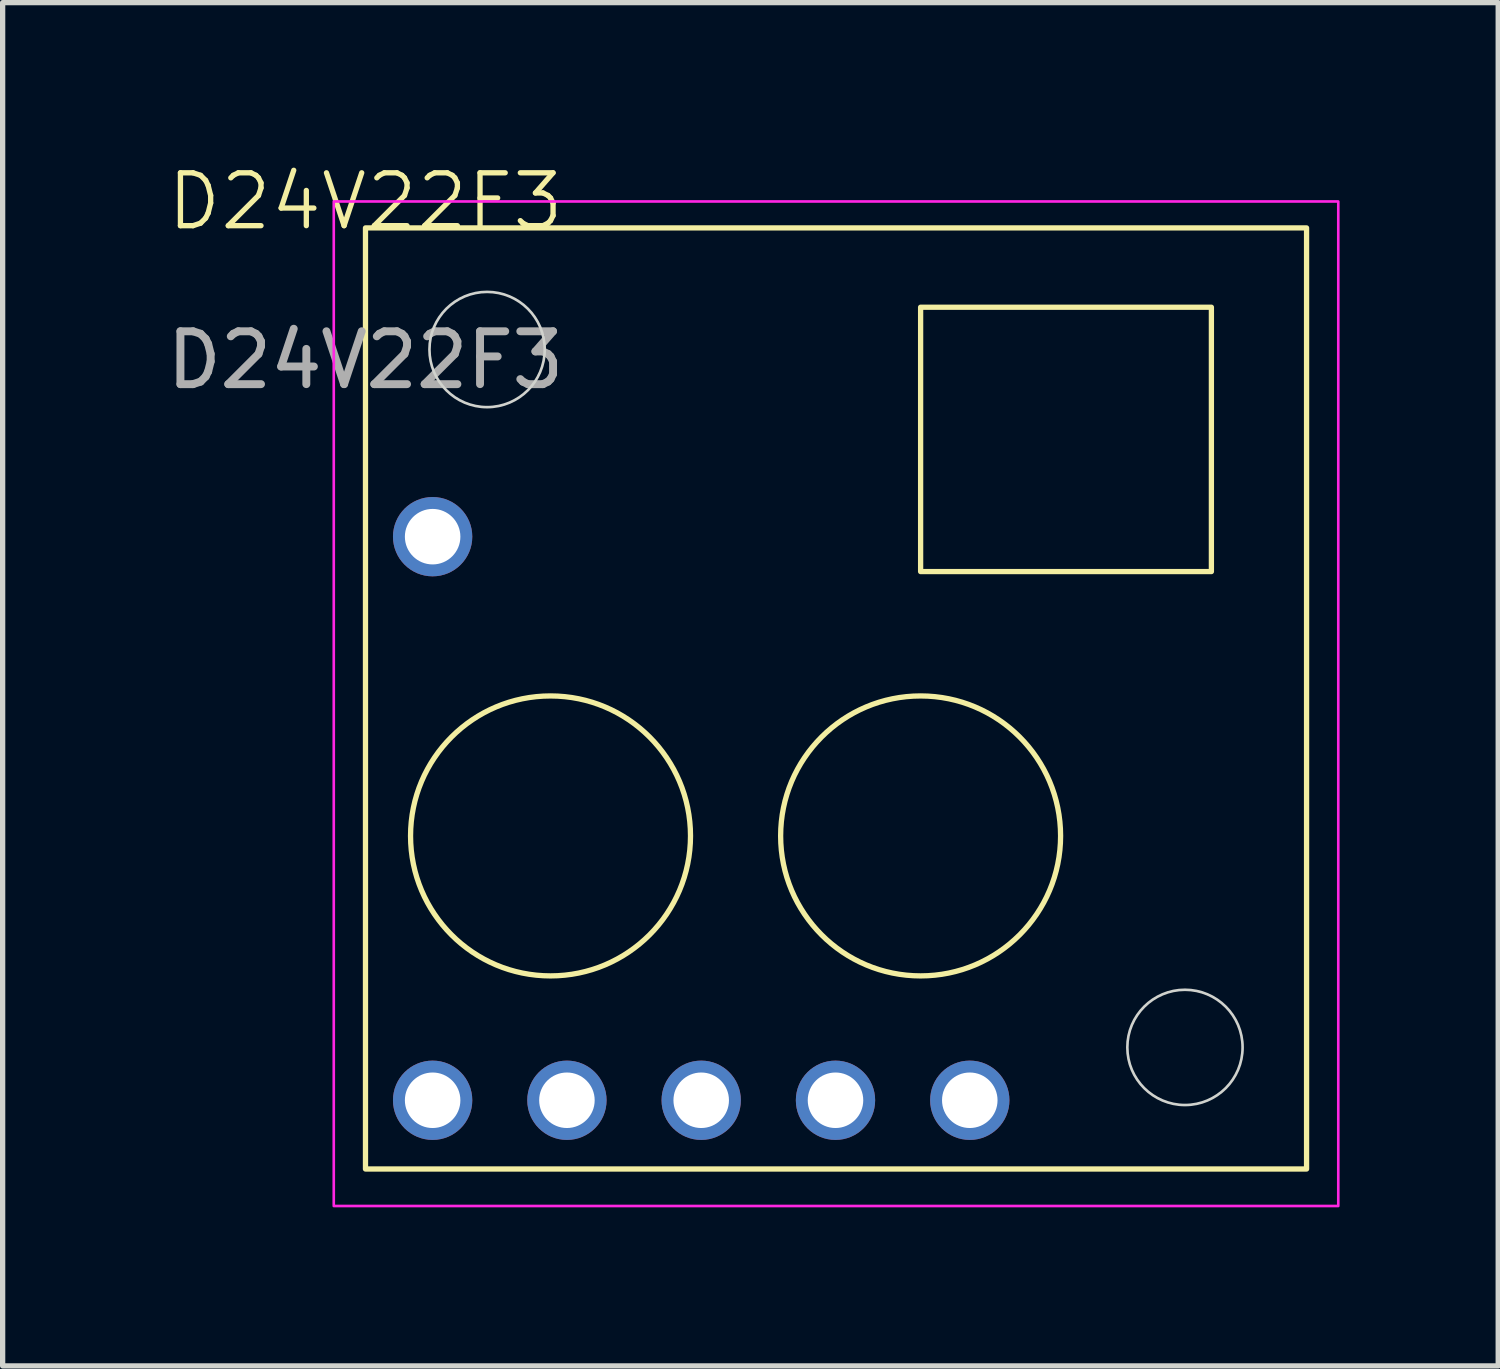
<source format=kicad_pcb>
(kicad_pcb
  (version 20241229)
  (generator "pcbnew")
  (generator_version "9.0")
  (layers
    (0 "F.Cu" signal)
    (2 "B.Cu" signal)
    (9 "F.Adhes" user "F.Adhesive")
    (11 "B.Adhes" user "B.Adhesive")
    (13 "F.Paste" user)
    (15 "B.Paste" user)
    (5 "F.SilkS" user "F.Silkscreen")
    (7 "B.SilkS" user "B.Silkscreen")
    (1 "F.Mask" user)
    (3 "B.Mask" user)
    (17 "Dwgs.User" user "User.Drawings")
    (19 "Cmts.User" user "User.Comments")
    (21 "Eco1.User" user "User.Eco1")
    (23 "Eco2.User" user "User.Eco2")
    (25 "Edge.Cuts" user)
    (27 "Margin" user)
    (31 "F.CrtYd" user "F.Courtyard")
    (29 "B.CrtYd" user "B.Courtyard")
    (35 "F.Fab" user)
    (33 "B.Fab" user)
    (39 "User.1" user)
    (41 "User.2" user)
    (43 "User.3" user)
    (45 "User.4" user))
  (footprint "D24V22F3"
    (layer "F.Cu")
    (at 12.763 9.261)
    (property "Reference" "D24V22F3" (at -8.9 -8.5 0) (unlocked yes) (layer "F.SilkS") (effects (font (size 1 1) (thickness 0.1))))
    (attr smd)
    (fp_rect (start -8.9 -8) (end 8.9 9.8) (stroke (width 0.1) (type solid)) (fill no) (layer "F.SilkS"))
    (fp_rect (start 1.6 -6.5) (end 7.1 -1.5) (stroke (width 0.1) (type default)) (fill no) (layer "F.SilkS"))
    (fp_circle (center -5.4 3.5) (end -4.9 6.1) (stroke (width 0.1) (type default)) (fill no) (layer "F.SilkS"))
    (fp_circle (center 1.6 3.5) (end 2.1 6.1) (stroke (width 0.1) (type default)) (fill no) (layer "F.SilkS"))
    (fp_circle (center -6.6 -5.7) (end -5.51 -5.7) (stroke (width 0.05) (type solid)) (fill no) (layer "Edge.Cuts"))
    (fp_circle (center 6.6 7.5) (end 7.69 7.5) (stroke (width 0.05) (type solid)) (fill no) (layer "Edge.Cuts"))
    (fp_rect (start -9.5 -8.5) (end 9.5 10.5) (stroke (width 0.05) (type default)) (fill no) (layer "F.CrtYd"))
    (fp_text user "${REFERENCE}" (at -8.9 -5.5 0) (unlocked yes) (layer "F.Fab") (effects (font (size 1 1) (thickness 0.15))))
    (pad "1" thru_hole circle (at -7.63 8.5) (size 1.5 1.5) (drill 1.05) (layers "*.Cu" "*.Mask"))
    (pad "2" thru_hole circle (at -5.09 8.5) (size 1.5 1.5) (drill 1.05) (layers "*.Cu" "*.Mask"))
    (pad "3" thru_hole circle (at -2.55 8.5) (size 1.5 1.5) (drill 1.05) (layers "*.Cu" "*.Mask"))
    (pad "4" thru_hole circle (at -0.01 8.5) (size 1.5 1.5) (drill 1.05) (layers "*.Cu" "*.Mask"))
    (pad "5" thru_hole circle (at 2.53 8.5) (size 1.5 1.5) (drill 1.05) (layers "*.Cu" "*.Mask"))
    (pad "6" thru_hole circle (at -7.63 -2.16) (size 1.5 1.5) (drill 1.05) (layers "*.Cu" "*.Mask")))
  (gr_rect
    (start -3 -3)
    (end 25.288 22.785)
    (stroke (width 0.1) (type default))
    (fill no)
    (layer "Edge.Cuts")))
</source>
